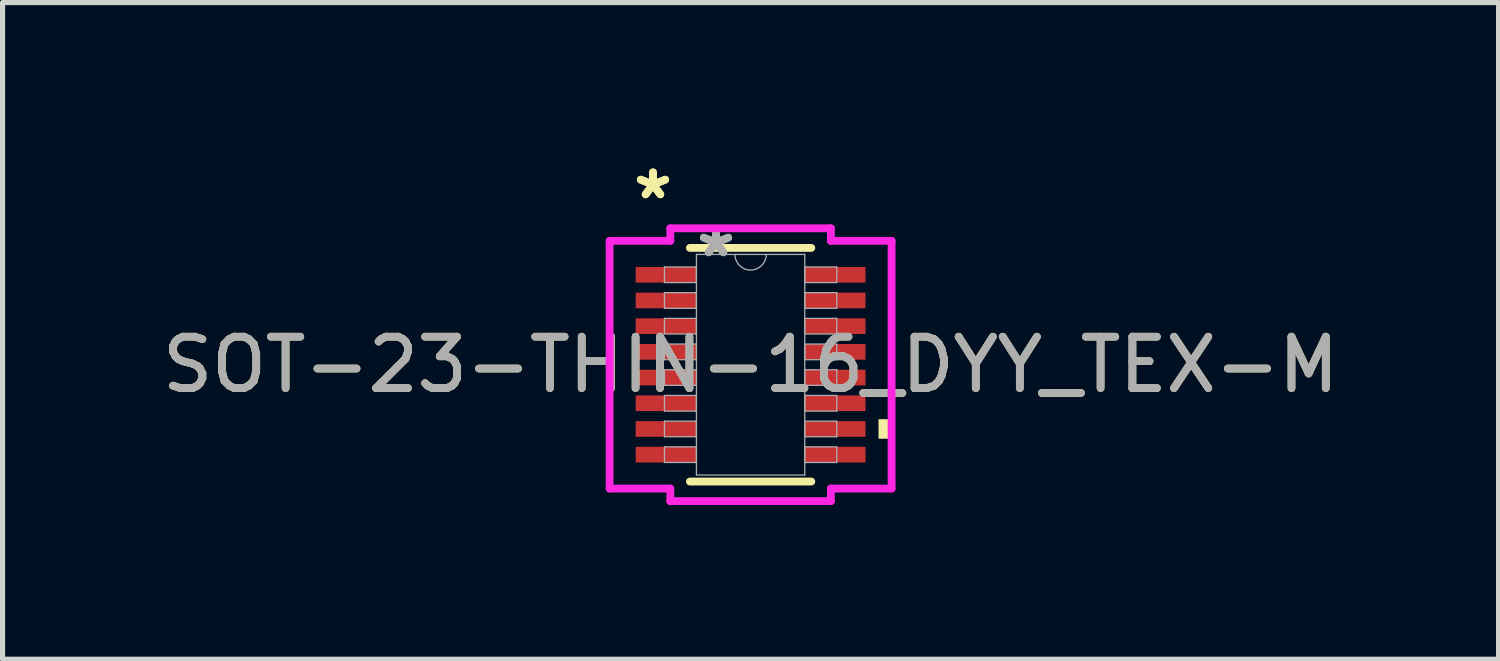
<source format=kicad_pcb>
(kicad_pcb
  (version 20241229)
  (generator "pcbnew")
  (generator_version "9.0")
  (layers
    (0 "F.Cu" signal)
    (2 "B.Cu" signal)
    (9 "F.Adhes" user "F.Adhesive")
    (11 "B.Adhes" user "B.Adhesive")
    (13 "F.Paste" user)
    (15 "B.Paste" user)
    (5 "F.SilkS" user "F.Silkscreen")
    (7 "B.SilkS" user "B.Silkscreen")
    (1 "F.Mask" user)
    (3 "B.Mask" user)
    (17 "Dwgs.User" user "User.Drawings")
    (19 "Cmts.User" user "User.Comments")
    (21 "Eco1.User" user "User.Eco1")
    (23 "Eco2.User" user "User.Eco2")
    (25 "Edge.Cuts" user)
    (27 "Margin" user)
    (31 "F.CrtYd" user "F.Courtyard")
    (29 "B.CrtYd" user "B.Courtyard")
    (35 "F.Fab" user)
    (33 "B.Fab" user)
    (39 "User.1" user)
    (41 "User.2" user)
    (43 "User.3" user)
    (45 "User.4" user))
  (footprint "SOT-23-THIN-16_DYY_TEX-M"
    (layer "F.Cu")
    (at 11.554 4.046)
    (property "Reference" "SOT-23-THIN-16_DYY_TEX-M" (at 0 0 0) (unlocked yes) (layer "F.SilkS") (effects (font (size 1 1) (thickness 0.15))))
    (attr smd)
    (fp_line (start -1.181 2.273) (end 1.181 2.273) (stroke (width 0.152) (type solid)) (layer "F.SilkS"))
    (fp_line (start 1.181 -2.273) (end -1.181 -2.273) (stroke (width 0.152) (type solid)) (layer "F.SilkS"))
    (fp_poly (pts (xy 2.743 1.06) (xy 2.743 1.44) (xy 2.489 1.44) (xy 2.489 1.06)) (stroke (width 0) (type solid)) (fill yes) (layer "F.SilkS"))
    (fp_line (start -2.743 -2.41) (end -1.562 -2.41) (stroke (width 0.152) (type solid)) (layer "F.CrtYd"))
    (fp_line (start -2.743 2.41) (end -2.743 -2.41) (stroke (width 0.152) (type solid)) (layer "F.CrtYd"))
    (fp_line (start -2.743 2.41) (end -1.562 2.41) (stroke (width 0.152) (type solid)) (layer "F.CrtYd"))
    (fp_line (start -1.562 -2.654) (end 1.562 -2.654) (stroke (width 0.152) (type solid)) (layer "F.CrtYd"))
    (fp_line (start -1.562 -2.41) (end -1.562 -2.654) (stroke (width 0.152) (type solid)) (layer "F.CrtYd"))
    (fp_line (start -1.562 2.654) (end -1.562 2.41) (stroke (width 0.152) (type solid)) (layer "F.CrtYd"))
    (fp_line (start 1.562 -2.654) (end 1.562 -2.41) (stroke (width 0.152) (type solid)) (layer "F.CrtYd"))
    (fp_line (start 1.562 2.41) (end 1.562 2.654) (stroke (width 0.152) (type solid)) (layer "F.CrtYd"))
    (fp_line (start 1.562 2.654) (end -1.562 2.654) (stroke (width 0.152) (type solid)) (layer "F.CrtYd"))
    (fp_line (start 2.743 -2.41) (end 1.562 -2.41) (stroke (width 0.152) (type solid)) (layer "F.CrtYd"))
    (fp_line (start 2.743 -2.41) (end 2.743 2.41) (stroke (width 0.152) (type solid)) (layer "F.CrtYd"))
    (fp_line (start 2.743 2.41) (end 1.562 2.41) (stroke (width 0.152) (type solid)) (layer "F.CrtYd"))
    (fp_line (start -1.676 -1.902) (end -1.676 -1.598) (stroke (width 0.025) (type solid)) (layer "F.Fab"))
    (fp_line (start -1.676 -1.598) (end -1.054 -1.598) (stroke (width 0.025) (type solid)) (layer "F.Fab"))
    (fp_line (start -1.676 -1.402) (end -1.676 -1.098) (stroke (width 0.025) (type solid)) (layer "F.Fab"))
    (fp_line (start -1.676 -1.098) (end -1.054 -1.098) (stroke (width 0.025) (type solid)) (layer "F.Fab"))
    (fp_line (start -1.676 -0.902) (end -1.676 -0.598) (stroke (width 0.025) (type solid)) (layer "F.Fab"))
    (fp_line (start -1.676 -0.598) (end -1.054 -0.598) (stroke (width 0.025) (type solid)) (layer "F.Fab"))
    (fp_line (start -1.676 -0.402) (end -1.676 -0.098) (stroke (width 0.025) (type solid)) (layer "F.Fab"))
    (fp_line (start -1.676 -0.098) (end -1.054 -0.098) (stroke (width 0.025) (type solid)) (layer "F.Fab"))
    (fp_line (start -1.676 0.098) (end -1.676 0.402) (stroke (width 0.025) (type solid)) (layer "F.Fab"))
    (fp_line (start -1.676 0.402) (end -1.054 0.402) (stroke (width 0.025) (type solid)) (layer "F.Fab"))
    (fp_line (start -1.676 0.598) (end -1.676 0.902) (stroke (width 0.025) (type solid)) (layer "F.Fab"))
    (fp_line (start -1.676 0.902) (end -1.054 0.902) (stroke (width 0.025) (type solid)) (layer "F.Fab"))
    (fp_line (start -1.676 1.098) (end -1.676 1.402) (stroke (width 0.025) (type solid)) (layer "F.Fab"))
    (fp_line (start -1.676 1.402) (end -1.054 1.402) (stroke (width 0.025) (type solid)) (layer "F.Fab"))
    (fp_line (start -1.676 1.598) (end -1.676 1.902) (stroke (width 0.025) (type solid)) (layer "F.Fab"))
    (fp_line (start -1.676 1.902) (end -1.054 1.902) (stroke (width 0.025) (type solid)) (layer "F.Fab"))
    (fp_line (start -1.054 -2.146) (end -1.054 2.146) (stroke (width 0.025) (type solid)) (layer "F.Fab"))
    (fp_line (start -1.054 -1.902) (end -1.676 -1.902) (stroke (width 0.025) (type solid)) (layer "F.Fab"))
    (fp_line (start -1.054 -1.598) (end -1.054 -1.902) (stroke (width 0.025) (type solid)) (layer "F.Fab"))
    (fp_line (start -1.054 -1.402) (end -1.676 -1.402) (stroke (width 0.025) (type solid)) (layer "F.Fab"))
    (fp_line (start -1.054 -1.098) (end -1.054 -1.402) (stroke (width 0.025) (type solid)) (layer "F.Fab"))
    (fp_line (start -1.054 -0.902) (end -1.676 -0.902) (stroke (width 0.025) (type solid)) (layer "F.Fab"))
    (fp_line (start -1.054 -0.598) (end -1.054 -0.902) (stroke (width 0.025) (type solid)) (layer "F.Fab"))
    (fp_line (start -1.054 -0.402) (end -1.676 -0.402) (stroke (width 0.025) (type solid)) (layer "F.Fab"))
    (fp_line (start -1.054 -0.098) (end -1.054 -0.402) (stroke (width 0.025) (type solid)) (layer "F.Fab"))
    (fp_line (start -1.054 0.098) (end -1.676 0.098) (stroke (width 0.025) (type solid)) (layer "F.Fab"))
    (fp_line (start -1.054 0.402) (end -1.054 0.098) (stroke (width 0.025) (type solid)) (layer "F.Fab"))
    (fp_line (start -1.054 0.598) (end -1.676 0.598) (stroke (width 0.025) (type solid)) (layer "F.Fab"))
    (fp_line (start -1.054 0.902) (end -1.054 0.598) (stroke (width 0.025) (type solid)) (layer "F.Fab"))
    (fp_line (start -1.054 1.098) (end -1.676 1.098) (stroke (width 0.025) (type solid)) (layer "F.Fab"))
    (fp_line (start -1.054 1.402) (end -1.054 1.098) (stroke (width 0.025) (type solid)) (layer "F.Fab"))
    (fp_line (start -1.054 1.598) (end -1.676 1.598) (stroke (width 0.025) (type solid)) (layer "F.Fab"))
    (fp_line (start -1.054 1.902) (end -1.054 1.598) (stroke (width 0.025) (type solid)) (layer "F.Fab"))
    (fp_line (start -1.054 2.146) (end 1.054 2.146) (stroke (width 0.025) (type solid)) (layer "F.Fab"))
    (fp_line (start 1.054 -2.146) (end -1.054 -2.146) (stroke (width 0.025) (type solid)) (layer "F.Fab"))
    (fp_line (start 1.054 -1.902) (end 1.054 -1.598) (stroke (width 0.025) (type solid)) (layer "F.Fab"))
    (fp_line (start 1.054 -1.598) (end 1.676 -1.598) (stroke (width 0.025) (type solid)) (layer "F.Fab"))
    (fp_line (start 1.054 -1.402) (end 1.054 -1.098) (stroke (width 0.025) (type solid)) (layer "F.Fab"))
    (fp_line (start 1.054 -1.098) (end 1.676 -1.098) (stroke (width 0.025) (type solid)) (layer "F.Fab"))
    (fp_line (start 1.054 -0.902) (end 1.054 -0.598) (stroke (width 0.025) (type solid)) (layer "F.Fab"))
    (fp_line (start 1.054 -0.598) (end 1.676 -0.598) (stroke (width 0.025) (type solid)) (layer "F.Fab"))
    (fp_line (start 1.054 -0.402) (end 1.054 -0.098) (stroke (width 0.025) (type solid)) (layer "F.Fab"))
    (fp_line (start 1.054 -0.098) (end 1.676 -0.098) (stroke (width 0.025) (type solid)) (layer "F.Fab"))
    (fp_line (start 1.054 0.098) (end 1.054 0.402) (stroke (width 0.025) (type solid)) (layer "F.Fab"))
    (fp_line (start 1.054 0.402) (end 1.676 0.402) (stroke (width 0.025) (type solid)) (layer "F.Fab"))
    (fp_line (start 1.054 0.598) (end 1.054 0.902) (stroke (width 0.025) (type solid)) (layer "F.Fab"))
    (fp_line (start 1.054 0.902) (end 1.676 0.902) (stroke (width 0.025) (type solid)) (layer "F.Fab"))
    (fp_line (start 1.054 1.098) (end 1.054 1.402) (stroke (width 0.025) (type solid)) (layer "F.Fab"))
    (fp_line (start 1.054 1.402) (end 1.676 1.402) (stroke (width 0.025) (type solid)) (layer "F.Fab"))
    (fp_line (start 1.054 1.598) (end 1.054 1.902) (stroke (width 0.025) (type solid)) (layer "F.Fab"))
    (fp_line (start 1.054 1.902) (end 1.676 1.902) (stroke (width 0.025) (type solid)) (layer "F.Fab"))
    (fp_line (start 1.054 2.146) (end 1.054 -2.146) (stroke (width 0.025) (type solid)) (layer "F.Fab"))
    (fp_line (start 1.676 -1.902) (end 1.054 -1.902) (stroke (width 0.025) (type solid)) (layer "F.Fab"))
    (fp_line (start 1.676 -1.598) (end 1.676 -1.902) (stroke (width 0.025) (type solid)) (layer "F.Fab"))
    (fp_line (start 1.676 -1.402) (end 1.054 -1.402) (stroke (width 0.025) (type solid)) (layer "F.Fab"))
    (fp_line (start 1.676 -1.098) (end 1.676 -1.402) (stroke (width 0.025) (type solid)) (layer "F.Fab"))
    (fp_line (start 1.676 -0.902) (end 1.054 -0.902) (stroke (width 0.025) (type solid)) (layer "F.Fab"))
    (fp_line (start 1.676 -0.598) (end 1.676 -0.902) (stroke (width 0.025) (type solid)) (layer "F.Fab"))
    (fp_line (start 1.676 -0.402) (end 1.054 -0.402) (stroke (width 0.025) (type solid)) (layer "F.Fab"))
    (fp_line (start 1.676 -0.098) (end 1.676 -0.402) (stroke (width 0.025) (type solid)) (layer "F.Fab"))
    (fp_line (start 1.676 0.098) (end 1.054 0.098) (stroke (width 0.025) (type solid)) (layer "F.Fab"))
    (fp_line (start 1.676 0.402) (end 1.676 0.098) (stroke (width 0.025) (type solid)) (layer "F.Fab"))
    (fp_line (start 1.676 0.598) (end 1.054 0.598) (stroke (width 0.025) (type solid)) (layer "F.Fab"))
    (fp_line (start 1.676 0.902) (end 1.676 0.598) (stroke (width 0.025) (type solid)) (layer "F.Fab"))
    (fp_line (start 1.676 1.098) (end 1.054 1.098) (stroke (width 0.025) (type solid)) (layer "F.Fab"))
    (fp_line (start 1.676 1.402) (end 1.676 1.098) (stroke (width 0.025) (type solid)) (layer "F.Fab"))
    (fp_line (start 1.676 1.598) (end 1.054 1.598) (stroke (width 0.025) (type solid)) (layer "F.Fab"))
    (fp_line (start 1.676 1.902) (end 1.676 1.598) (stroke (width 0.025) (type solid)) (layer "F.Fab"))
    (fp_arc (start 0.3048 -2.1463) (mid 0 -1.8415) (end -0.3048 -2.1463) (stroke (width 0.0254) (type solid)) (layer "F.Fab"))
    (fp_text user "*" (at -1.899 -3.198 0) (unlocked yes) (layer "F.SilkS") (effects (font (size 1 1) (thickness 0.15))))
    (fp_text user "*" (at -1.899 -3.198 0) (layer "F.SilkS") (effects (font (size 1 1) (thickness 0.15))))
    (fp_text user "*" (at -0.673 -2.07 0) (layer "F.Fab") (effects (font (size 1 1) (thickness 0.15))))
    (fp_text user "*" (at -0.673 -2.07 0) (unlocked yes) (layer "F.Fab") (effects (font (size 1 1) (thickness 0.15))))
    (fp_text user "${REFERENCE}" (at 0 0 0) (unlocked yes) (layer "F.Fab") (effects (font (size 1 1) (thickness 0.15))))
    (pad "1" smd rect (at -1.645 -1.75) (size 1.181 0.305) (layers "F.Cu" "F.Mask" "F.Paste"))
    (pad "2" smd rect (at -1.645 -1.25) (size 1.181 0.305) (layers "F.Cu" "F.Mask" "F.Paste"))
    (pad "3" smd rect (at -1.645 -0.75) (size 1.181 0.305) (layers "F.Cu" "F.Mask" "F.Paste"))
    (pad "4" smd rect (at -1.645 -0.25) (size 1.181 0.305) (layers "F.Cu" "F.Mask" "F.Paste"))
    (pad "5" smd rect (at -1.645 0.25) (size 1.181 0.305) (layers "F.Cu" "F.Mask" "F.Paste"))
    (pad "6" smd rect (at -1.645 0.75) (size 1.181 0.305) (layers "F.Cu" "F.Mask" "F.Paste"))
    (pad "7" smd rect (at -1.645 1.25) (size 1.181 0.305) (layers "F.Cu" "F.Mask" "F.Paste"))
    (pad "8" smd rect (at -1.645 1.75) (size 1.181 0.305) (layers "F.Cu" "F.Mask" "F.Paste"))
    (pad "9" smd rect (at 1.645 1.75) (size 1.181 0.305) (layers "F.Cu" "F.Mask" "F.Paste"))
    (pad "10" smd rect (at 1.645 1.25) (size 1.181 0.305) (layers "F.Cu" "F.Mask" "F.Paste"))
    (pad "11" smd rect (at 1.645 0.75) (size 1.181 0.305) (layers "F.Cu" "F.Mask" "F.Paste"))
    (pad "12" smd rect (at 1.645 0.25) (size 1.181 0.305) (layers "F.Cu" "F.Mask" "F.Paste"))
    (pad "13" smd rect (at 1.645 -0.25) (size 1.181 0.305) (layers "F.Cu" "F.Mask" "F.Paste"))
    (pad "14" smd rect (at 1.645 -0.75) (size 1.181 0.305) (layers "F.Cu" "F.Mask" "F.Paste"))
    (pad "15" smd rect (at 1.645 -1.25) (size 1.181 0.305) (layers "F.Cu" "F.Mask" "F.Paste"))
    (pad "16" smd rect (at 1.645 -1.75) (size 1.181 0.305) (layers "F.Cu" "F.Mask" "F.Paste")))
  (gr_rect
    (start -3 -3)
    (end 26.107 9.777)
    (stroke (width 0.1) (type default))
    (fill no)
    (layer "Edge.Cuts")))
</source>
